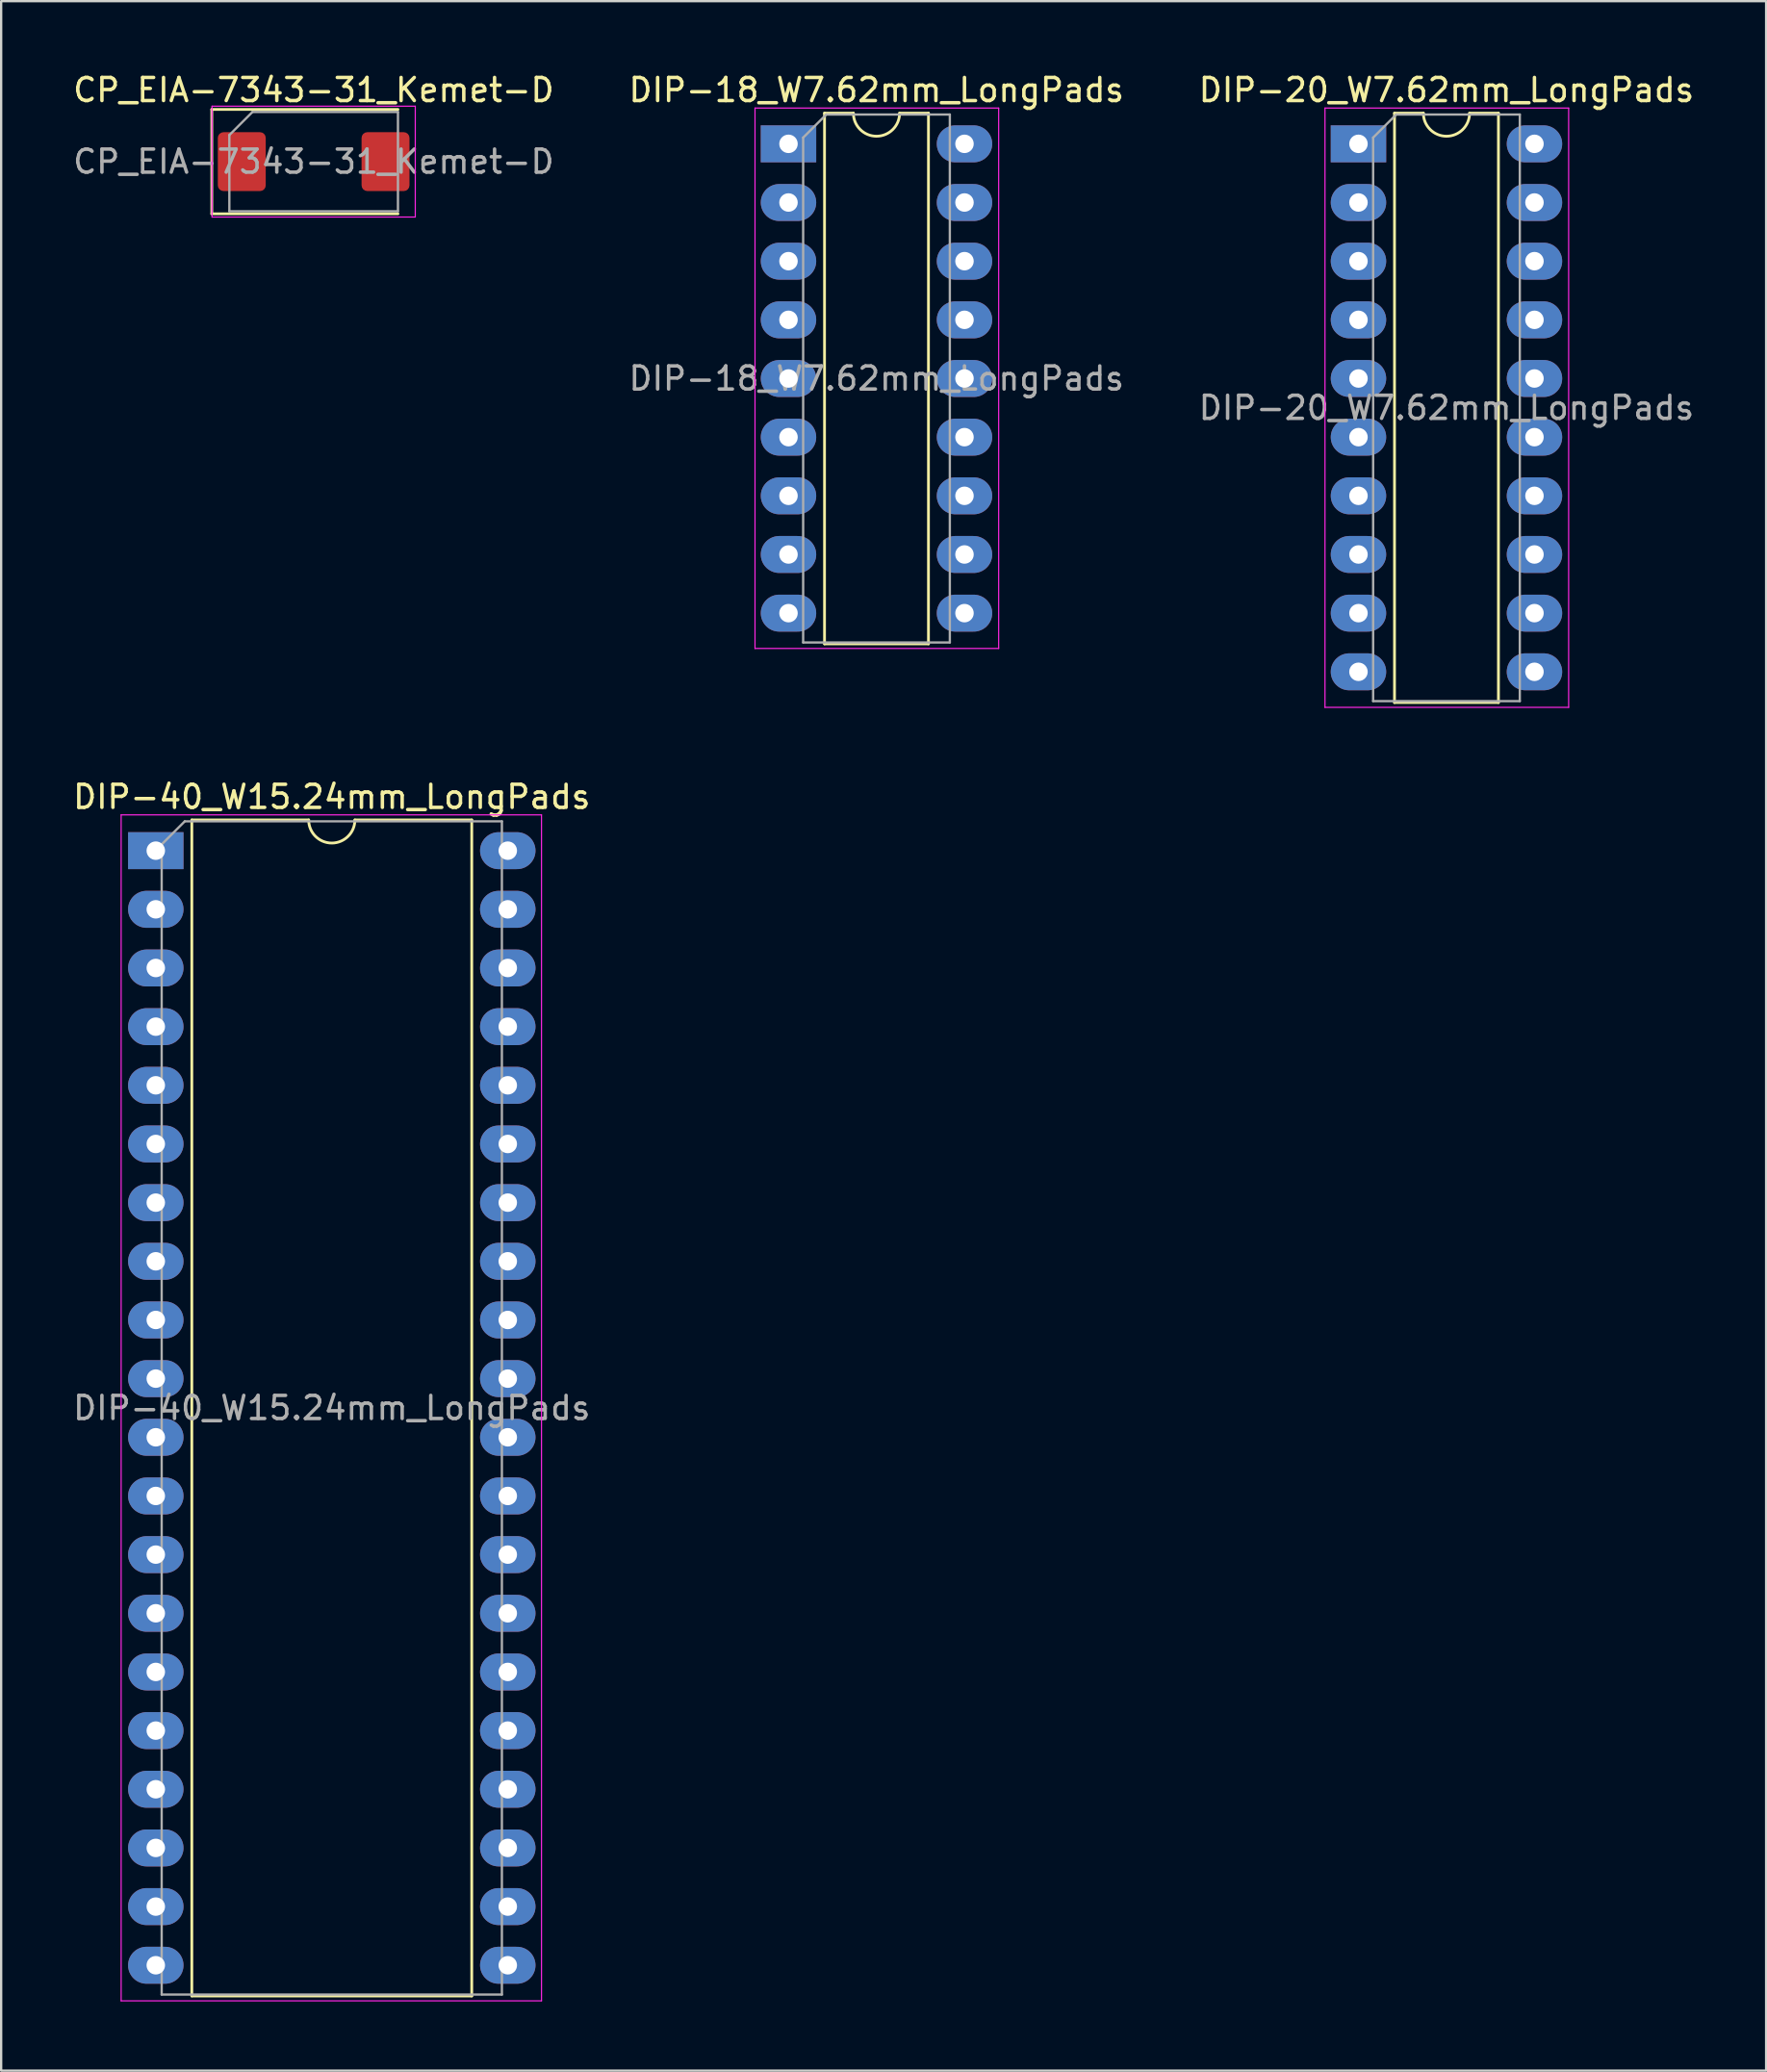
<source format=kicad_pcb>
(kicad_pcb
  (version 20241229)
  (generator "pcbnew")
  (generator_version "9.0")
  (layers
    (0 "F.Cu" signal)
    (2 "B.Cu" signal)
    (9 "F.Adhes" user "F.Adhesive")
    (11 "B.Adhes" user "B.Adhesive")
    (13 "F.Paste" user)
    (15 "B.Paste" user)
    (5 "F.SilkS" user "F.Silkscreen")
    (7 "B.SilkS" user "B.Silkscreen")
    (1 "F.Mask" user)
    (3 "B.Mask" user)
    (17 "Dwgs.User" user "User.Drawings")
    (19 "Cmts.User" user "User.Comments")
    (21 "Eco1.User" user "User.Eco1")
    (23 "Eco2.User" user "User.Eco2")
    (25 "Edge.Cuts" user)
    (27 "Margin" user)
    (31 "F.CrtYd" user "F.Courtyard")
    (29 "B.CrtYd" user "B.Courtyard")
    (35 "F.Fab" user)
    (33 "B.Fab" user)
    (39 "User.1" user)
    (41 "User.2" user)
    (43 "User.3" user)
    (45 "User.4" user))
  (footprint "DIP-40_W15.24mm_LongPads"
    (layer "F.Cu")
    (at 3.695 33.782)
    (property "Reference" "DIP-40_W15.24mm_LongPads" (at 7.62 -2.33 0) (layer "F.SilkS") (effects (font (size 1 1) (thickness 0.15))))
    (attr through_hole)
    (fp_line (start 1.56 -1.33) (end 1.56 49.59) (stroke (width 0.12) (type solid)) (layer "F.SilkS"))
    (fp_line (start 1.56 49.59) (end 13.68 49.59) (stroke (width 0.12) (type solid)) (layer "F.SilkS"))
    (fp_line (start 6.62 -1.33) (end 1.56 -1.33) (stroke (width 0.12) (type solid)) (layer "F.SilkS"))
    (fp_line (start 13.68 -1.33) (end 8.62 -1.33) (stroke (width 0.12) (type solid)) (layer "F.SilkS"))
    (fp_line (start 13.68 49.59) (end 13.68 -1.33) (stroke (width 0.12) (type solid)) (layer "F.SilkS"))
    (fp_arc (start 8.62 -1.33) (mid 7.62 -0.33) (end 6.62 -1.33) (stroke (width 0.12) (type solid)) (layer "F.SilkS"))
    (fp_line (start -1.5 -1.55) (end -1.5 49.8) (stroke (width 0.05) (type solid)) (layer "F.CrtYd"))
    (fp_line (start -1.5 49.8) (end 16.7 49.8) (stroke (width 0.05) (type solid)) (layer "F.CrtYd"))
    (fp_line (start 16.7 -1.55) (end -1.5 -1.55) (stroke (width 0.05) (type solid)) (layer "F.CrtYd"))
    (fp_line (start 16.7 49.8) (end 16.7 -1.55) (stroke (width 0.05) (type solid)) (layer "F.CrtYd"))
    (fp_line (start 0.255 -0.27) (end 1.255 -1.27) (stroke (width 0.1) (type solid)) (layer "F.Fab"))
    (fp_line (start 0.255 49.53) (end 0.255 -0.27) (stroke (width 0.1) (type solid)) (layer "F.Fab"))
    (fp_line (start 1.255 -1.27) (end 14.985 -1.27) (stroke (width 0.1) (type solid)) (layer "F.Fab"))
    (fp_line (start 14.985 -1.27) (end 14.985 49.53) (stroke (width 0.1) (type solid)) (layer "F.Fab"))
    (fp_line (start 14.985 49.53) (end 0.255 49.53) (stroke (width 0.1) (type solid)) (layer "F.Fab"))
    (fp_text user "${REFERENCE}" (at 7.62 24.13 0) (layer "F.Fab") (effects (font (size 1 1) (thickness 0.15))))
    (pad "1" thru_hole rect (at 0 0) (size 2.4 1.6) (drill 0.8) (layers "*.Cu" "*.Mask"))
    (pad "2" thru_hole oval (at 0 2.54) (size 2.4 1.6) (drill 0.8) (layers "*.Cu" "*.Mask"))
    (pad "3" thru_hole oval (at 0 5.08) (size 2.4 1.6) (drill 0.8) (layers "*.Cu" "*.Mask"))
    (pad "4" thru_hole oval (at 0 7.62) (size 2.4 1.6) (drill 0.8) (layers "*.Cu" "*.Mask"))
    (pad "5" thru_hole oval (at 0 10.16) (size 2.4 1.6) (drill 0.8) (layers "*.Cu" "*.Mask"))
    (pad "6" thru_hole oval (at 0 12.7) (size 2.4 1.6) (drill 0.8) (layers "*.Cu" "*.Mask"))
    (pad "7" thru_hole oval (at 0 15.24) (size 2.4 1.6) (drill 0.8) (layers "*.Cu" "*.Mask"))
    (pad "8" thru_hole oval (at 0 17.78) (size 2.4 1.6) (drill 0.8) (layers "*.Cu" "*.Mask"))
    (pad "9" thru_hole oval (at 0 20.32) (size 2.4 1.6) (drill 0.8) (layers "*.Cu" "*.Mask"))
    (pad "10" thru_hole oval (at 0 22.86) (size 2.4 1.6) (drill 0.8) (layers "*.Cu" "*.Mask"))
    (pad "11" thru_hole oval (at 0 25.4) (size 2.4 1.6) (drill 0.8) (layers "*.Cu" "*.Mask"))
    (pad "12" thru_hole oval (at 0 27.94) (size 2.4 1.6) (drill 0.8) (layers "*.Cu" "*.Mask"))
    (pad "13" thru_hole oval (at 0 30.48) (size 2.4 1.6) (drill 0.8) (layers "*.Cu" "*.Mask"))
    (pad "14" thru_hole oval (at 0 33.02) (size 2.4 1.6) (drill 0.8) (layers "*.Cu" "*.Mask"))
    (pad "15" thru_hole oval (at 0 35.56) (size 2.4 1.6) (drill 0.8) (layers "*.Cu" "*.Mask"))
    (pad "16" thru_hole oval (at 0 38.1) (size 2.4 1.6) (drill 0.8) (layers "*.Cu" "*.Mask"))
    (pad "17" thru_hole oval (at 0 40.64) (size 2.4 1.6) (drill 0.8) (layers "*.Cu" "*.Mask"))
    (pad "18" thru_hole oval (at 0 43.18) (size 2.4 1.6) (drill 0.8) (layers "*.Cu" "*.Mask"))
    (pad "19" thru_hole oval (at 0 45.72) (size 2.4 1.6) (drill 0.8) (layers "*.Cu" "*.Mask"))
    (pad "20" thru_hole oval (at 0 48.26) (size 2.4 1.6) (drill 0.8) (layers "*.Cu" "*.Mask"))
    (pad "21" thru_hole oval (at 15.24 48.26) (size 2.4 1.6) (drill 0.8) (layers "*.Cu" "*.Mask"))
    (pad "22" thru_hole oval (at 15.24 45.72) (size 2.4 1.6) (drill 0.8) (layers "*.Cu" "*.Mask"))
    (pad "23" thru_hole oval (at 15.24 43.18) (size 2.4 1.6) (drill 0.8) (layers "*.Cu" "*.Mask"))
    (pad "24" thru_hole oval (at 15.24 40.64) (size 2.4 1.6) (drill 0.8) (layers "*.Cu" "*.Mask"))
    (pad "25" thru_hole oval (at 15.24 38.1) (size 2.4 1.6) (drill 0.8) (layers "*.Cu" "*.Mask"))
    (pad "26" thru_hole oval (at 15.24 35.56) (size 2.4 1.6) (drill 0.8) (layers "*.Cu" "*.Mask"))
    (pad "27" thru_hole oval (at 15.24 33.02) (size 2.4 1.6) (drill 0.8) (layers "*.Cu" "*.Mask"))
    (pad "28" thru_hole oval (at 15.24 30.48) (size 2.4 1.6) (drill 0.8) (layers "*.Cu" "*.Mask"))
    (pad "29" thru_hole oval (at 15.24 27.94) (size 2.4 1.6) (drill 0.8) (layers "*.Cu" "*.Mask"))
    (pad "30" thru_hole oval (at 15.24 25.4) (size 2.4 1.6) (drill 0.8) (layers "*.Cu" "*.Mask"))
    (pad "31" thru_hole oval (at 15.24 22.86) (size 2.4 1.6) (drill 0.8) (layers "*.Cu" "*.Mask"))
    (pad "32" thru_hole oval (at 15.24 20.32) (size 2.4 1.6) (drill 0.8) (layers "*.Cu" "*.Mask"))
    (pad "33" thru_hole oval (at 15.24 17.78) (size 2.4 1.6) (drill 0.8) (layers "*.Cu" "*.Mask"))
    (pad "34" thru_hole oval (at 15.24 15.24) (size 2.4 1.6) (drill 0.8) (layers "*.Cu" "*.Mask"))
    (pad "35" thru_hole oval (at 15.24 12.7) (size 2.4 1.6) (drill 0.8) (layers "*.Cu" "*.Mask"))
    (pad "36" thru_hole oval (at 15.24 10.16) (size 2.4 1.6) (drill 0.8) (layers "*.Cu" "*.Mask"))
    (pad "37" thru_hole oval (at 15.24 7.62) (size 2.4 1.6) (drill 0.8) (layers "*.Cu" "*.Mask"))
    (pad "38" thru_hole oval (at 15.24 5.08) (size 2.4 1.6) (drill 0.8) (layers "*.Cu" "*.Mask"))
    (pad "39" thru_hole oval (at 15.24 2.54) (size 2.4 1.6) (drill 0.8) (layers "*.Cu" "*.Mask"))
    (pad "40" thru_hole oval (at 15.24 0) (size 2.4 1.6) (drill 0.8) (layers "*.Cu" "*.Mask")))
  (footprint "DIP-18_W7.62mm_LongPads"
    (layer "F.Cu")
    (at 31.089 3.178)
    (property "Reference" "DIP-18_W7.62mm_LongPads" (at 3.81 -2.33 0) (layer "F.SilkS") (effects (font (size 1 1) (thickness 0.15))))
    (attr through_hole)
    (fp_line (start 1.56 -1.33) (end 1.56 21.65) (stroke (width 0.12) (type solid)) (layer "F.SilkS"))
    (fp_line (start 1.56 21.65) (end 6.06 21.65) (stroke (width 0.12) (type solid)) (layer "F.SilkS"))
    (fp_line (start 2.81 -1.33) (end 1.56 -1.33) (stroke (width 0.12) (type solid)) (layer "F.SilkS"))
    (fp_line (start 6.06 -1.33) (end 4.81 -1.33) (stroke (width 0.12) (type solid)) (layer "F.SilkS"))
    (fp_line (start 6.06 21.65) (end 6.06 -1.33) (stroke (width 0.12) (type solid)) (layer "F.SilkS"))
    (fp_arc (start 4.81 -1.33) (mid 3.81 -0.33) (end 2.81 -1.33) (stroke (width 0.12) (type solid)) (layer "F.SilkS"))
    (fp_line (start -1.45 -1.55) (end -1.45 21.85) (stroke (width 0.05) (type solid)) (layer "F.CrtYd"))
    (fp_line (start -1.45 21.85) (end 9.1 21.85) (stroke (width 0.05) (type solid)) (layer "F.CrtYd"))
    (fp_line (start 9.1 -1.55) (end -1.45 -1.55) (stroke (width 0.05) (type solid)) (layer "F.CrtYd"))
    (fp_line (start 9.1 21.85) (end 9.1 -1.55) (stroke (width 0.05) (type solid)) (layer "F.CrtYd"))
    (fp_line (start 0.635 -0.27) (end 1.635 -1.27) (stroke (width 0.1) (type solid)) (layer "F.Fab"))
    (fp_line (start 0.635 21.59) (end 0.635 -0.27) (stroke (width 0.1) (type solid)) (layer "F.Fab"))
    (fp_line (start 1.635 -1.27) (end 6.985 -1.27) (stroke (width 0.1) (type solid)) (layer "F.Fab"))
    (fp_line (start 6.985 -1.27) (end 6.985 21.59) (stroke (width 0.1) (type solid)) (layer "F.Fab"))
    (fp_line (start 6.985 21.59) (end 0.635 21.59) (stroke (width 0.1) (type solid)) (layer "F.Fab"))
    (fp_text user "${REFERENCE}" (at 3.81 10.16 0) (layer "F.Fab") (effects (font (size 1 1) (thickness 0.15))))
    (pad "1" thru_hole rect (at 0 0) (size 2.4 1.6) (drill 0.8) (layers "*.Cu" "*.Mask"))
    (pad "2" thru_hole oval (at 0 2.54) (size 2.4 1.6) (drill 0.8) (layers "*.Cu" "*.Mask"))
    (pad "3" thru_hole oval (at 0 5.08) (size 2.4 1.6) (drill 0.8) (layers "*.Cu" "*.Mask"))
    (pad "4" thru_hole oval (at 0 7.62) (size 2.4 1.6) (drill 0.8) (layers "*.Cu" "*.Mask"))
    (pad "5" thru_hole oval (at 0 10.16) (size 2.4 1.6) (drill 0.8) (layers "*.Cu" "*.Mask"))
    (pad "6" thru_hole oval (at 0 12.7) (size 2.4 1.6) (drill 0.8) (layers "*.Cu" "*.Mask"))
    (pad "7" thru_hole oval (at 0 15.24) (size 2.4 1.6) (drill 0.8) (layers "*.Cu" "*.Mask"))
    (pad "8" thru_hole oval (at 0 17.78) (size 2.4 1.6) (drill 0.8) (layers "*.Cu" "*.Mask"))
    (pad "9" thru_hole oval (at 0 20.32) (size 2.4 1.6) (drill 0.8) (layers "*.Cu" "*.Mask"))
    (pad "10" thru_hole oval (at 7.62 20.32) (size 2.4 1.6) (drill 0.8) (layers "*.Cu" "*.Mask"))
    (pad "11" thru_hole oval (at 7.62 17.78) (size 2.4 1.6) (drill 0.8) (layers "*.Cu" "*.Mask"))
    (pad "12" thru_hole oval (at 7.62 15.24) (size 2.4 1.6) (drill 0.8) (layers "*.Cu" "*.Mask"))
    (pad "13" thru_hole oval (at 7.62 12.7) (size 2.4 1.6) (drill 0.8) (layers "*.Cu" "*.Mask"))
    (pad "14" thru_hole oval (at 7.62 10.16) (size 2.4 1.6) (drill 0.8) (layers "*.Cu" "*.Mask"))
    (pad "15" thru_hole oval (at 7.62 7.62) (size 2.4 1.6) (drill 0.8) (layers "*.Cu" "*.Mask"))
    (pad "16" thru_hole oval (at 7.62 5.08) (size 2.4 1.6) (drill 0.8) (layers "*.Cu" "*.Mask"))
    (pad "17" thru_hole oval (at 7.62 2.54) (size 2.4 1.6) (drill 0.8) (layers "*.Cu" "*.Mask"))
    (pad "18" thru_hole oval (at 7.62 0) (size 2.4 1.6) (drill 0.8) (layers "*.Cu" "*.Mask")))
  (footprint "DIP-20_W7.62mm_LongPads"
    (layer "F.Cu")
    (at 55.767 3.178)
    (property "Reference" "DIP-20_W7.62mm_LongPads" (at 3.81 -2.33 0) (layer "F.SilkS") (effects (font (size 1 1) (thickness 0.15))))
    (attr through_hole)
    (fp_line (start 1.56 -1.33) (end 1.56 24.19) (stroke (width 0.12) (type solid)) (layer "F.SilkS"))
    (fp_line (start 1.56 24.19) (end 6.06 24.19) (stroke (width 0.12) (type solid)) (layer "F.SilkS"))
    (fp_line (start 2.81 -1.33) (end 1.56 -1.33) (stroke (width 0.12) (type solid)) (layer "F.SilkS"))
    (fp_line (start 6.06 -1.33) (end 4.81 -1.33) (stroke (width 0.12) (type solid)) (layer "F.SilkS"))
    (fp_line (start 6.06 24.19) (end 6.06 -1.33) (stroke (width 0.12) (type solid)) (layer "F.SilkS"))
    (fp_arc (start 4.81 -1.33) (mid 3.81 -0.33) (end 2.81 -1.33) (stroke (width 0.12) (type solid)) (layer "F.SilkS"))
    (fp_line (start -1.45 -1.55) (end -1.45 24.4) (stroke (width 0.05) (type solid)) (layer "F.CrtYd"))
    (fp_line (start -1.45 24.4) (end 9.1 24.4) (stroke (width 0.05) (type solid)) (layer "F.CrtYd"))
    (fp_line (start 9.1 -1.55) (end -1.45 -1.55) (stroke (width 0.05) (type solid)) (layer "F.CrtYd"))
    (fp_line (start 9.1 24.4) (end 9.1 -1.55) (stroke (width 0.05) (type solid)) (layer "F.CrtYd"))
    (fp_line (start 0.635 -0.27) (end 1.635 -1.27) (stroke (width 0.1) (type solid)) (layer "F.Fab"))
    (fp_line (start 0.635 24.13) (end 0.635 -0.27) (stroke (width 0.1) (type solid)) (layer "F.Fab"))
    (fp_line (start 1.635 -1.27) (end 6.985 -1.27) (stroke (width 0.1) (type solid)) (layer "F.Fab"))
    (fp_line (start 6.985 -1.27) (end 6.985 24.13) (stroke (width 0.1) (type solid)) (layer "F.Fab"))
    (fp_line (start 6.985 24.13) (end 0.635 24.13) (stroke (width 0.1) (type solid)) (layer "F.Fab"))
    (fp_text user "${REFERENCE}" (at 3.81 11.43 0) (layer "F.Fab") (effects (font (size 1 1) (thickness 0.15))))
    (pad "1" thru_hole rect (at 0 0) (size 2.4 1.6) (drill 0.8) (layers "*.Cu" "*.Mask"))
    (pad "2" thru_hole oval (at 0 2.54) (size 2.4 1.6) (drill 0.8) (layers "*.Cu" "*.Mask"))
    (pad "3" thru_hole oval (at 0 5.08) (size 2.4 1.6) (drill 0.8) (layers "*.Cu" "*.Mask"))
    (pad "4" thru_hole oval (at 0 7.62) (size 2.4 1.6) (drill 0.8) (layers "*.Cu" "*.Mask"))
    (pad "5" thru_hole oval (at 0 10.16) (size 2.4 1.6) (drill 0.8) (layers "*.Cu" "*.Mask"))
    (pad "6" thru_hole oval (at 0 12.7) (size 2.4 1.6) (drill 0.8) (layers "*.Cu" "*.Mask"))
    (pad "7" thru_hole oval (at 0 15.24) (size 2.4 1.6) (drill 0.8) (layers "*.Cu" "*.Mask"))
    (pad "8" thru_hole oval (at 0 17.78) (size 2.4 1.6) (drill 0.8) (layers "*.Cu" "*.Mask"))
    (pad "9" thru_hole oval (at 0 20.32) (size 2.4 1.6) (drill 0.8) (layers "*.Cu" "*.Mask"))
    (pad "10" thru_hole oval (at 0 22.86) (size 2.4 1.6) (drill 0.8) (layers "*.Cu" "*.Mask"))
    (pad "11" thru_hole oval (at 7.62 22.86) (size 2.4 1.6) (drill 0.8) (layers "*.Cu" "*.Mask"))
    (pad "12" thru_hole oval (at 7.62 20.32) (size 2.4 1.6) (drill 0.8) (layers "*.Cu" "*.Mask"))
    (pad "13" thru_hole oval (at 7.62 17.78) (size 2.4 1.6) (drill 0.8) (layers "*.Cu" "*.Mask"))
    (pad "14" thru_hole oval (at 7.62 15.24) (size 2.4 1.6) (drill 0.8) (layers "*.Cu" "*.Mask"))
    (pad "15" thru_hole oval (at 7.62 12.7) (size 2.4 1.6) (drill 0.8) (layers "*.Cu" "*.Mask"))
    (pad "16" thru_hole oval (at 7.62 10.16) (size 2.4 1.6) (drill 0.8) (layers "*.Cu" "*.Mask"))
    (pad "17" thru_hole oval (at 7.62 7.62) (size 2.4 1.6) (drill 0.8) (layers "*.Cu" "*.Mask"))
    (pad "18" thru_hole oval (at 7.62 5.08) (size 2.4 1.6) (drill 0.8) (layers "*.Cu" "*.Mask"))
    (pad "19" thru_hole oval (at 7.62 2.54) (size 2.4 1.6) (drill 0.8) (layers "*.Cu" "*.Mask"))
    (pad "20" thru_hole oval (at 7.62 0) (size 2.4 1.6) (drill 0.8) (layers "*.Cu" "*.Mask")))
  (footprint "CP_EIA-7343-31_Kemet-D"
    (layer "F.Cu")
    (at 10.53 3.948)
    (property "Reference" "CP_EIA-7343-31_Kemet-D" (at 0 -3.1 0) (layer "F.SilkS") (effects (font (size 1 1) (thickness 0.15))))
    (attr smd)
    (fp_line (start -4.41 -2.26) (end -4.41 2.26) (stroke (width 0.12) (type solid)) (layer "F.SilkS"))
    (fp_line (start -4.41 2.26) (end 3.65 2.26) (stroke (width 0.12) (type solid)) (layer "F.SilkS"))
    (fp_line (start 3.65 -2.26) (end -4.41 -2.26) (stroke (width 0.12) (type solid)) (layer "F.SilkS"))
    (fp_line (start -4.4 -2.4) (end 4.4 -2.4) (stroke (width 0.05) (type solid)) (layer "F.CrtYd"))
    (fp_line (start -4.4 2.4) (end -4.4 -2.4) (stroke (width 0.05) (type solid)) (layer "F.CrtYd"))
    (fp_line (start 4.4 -2.4) (end 4.4 2.4) (stroke (width 0.05) (type solid)) (layer "F.CrtYd"))
    (fp_line (start 4.4 2.4) (end -4.4 2.4) (stroke (width 0.05) (type solid)) (layer "F.CrtYd"))
    (fp_line (start -3.65 -1.15) (end -3.65 2.15) (stroke (width 0.1) (type solid)) (layer "F.Fab"))
    (fp_line (start -3.65 2.15) (end 3.65 2.15) (stroke (width 0.1) (type solid)) (layer "F.Fab"))
    (fp_line (start -2.65 -2.15) (end -3.65 -1.15) (stroke (width 0.1) (type solid)) (layer "F.Fab"))
    (fp_line (start 3.65 -2.15) (end -2.65 -2.15) (stroke (width 0.1) (type solid)) (layer "F.Fab"))
    (fp_line (start 3.65 2.15) (end 3.65 -2.15) (stroke (width 0.1) (type solid)) (layer "F.Fab"))
    (fp_text user "${REFERENCE}" (at 0 0 0) (layer "F.Fab") (effects (font (size 1 1) (thickness 0.15))))
    (pad "1" smd roundrect (at -3.112 0) (size 2.075 2.55) (layers "F.Cu" "F.Mask" "F.Paste") (roundrect_rratio 0.12))
    (pad "2" smd roundrect (at 3.112 0) (size 2.075 2.55) (layers "F.Cu" "F.Mask" "F.Paste") (roundrect_rratio 0.12)))
  (gr_rect
    (start -3 -3)
    (end 73.417 86.606)
    (stroke (width 0.1) (type default))
    (fill no)
    (layer "Edge.Cuts")))
</source>
